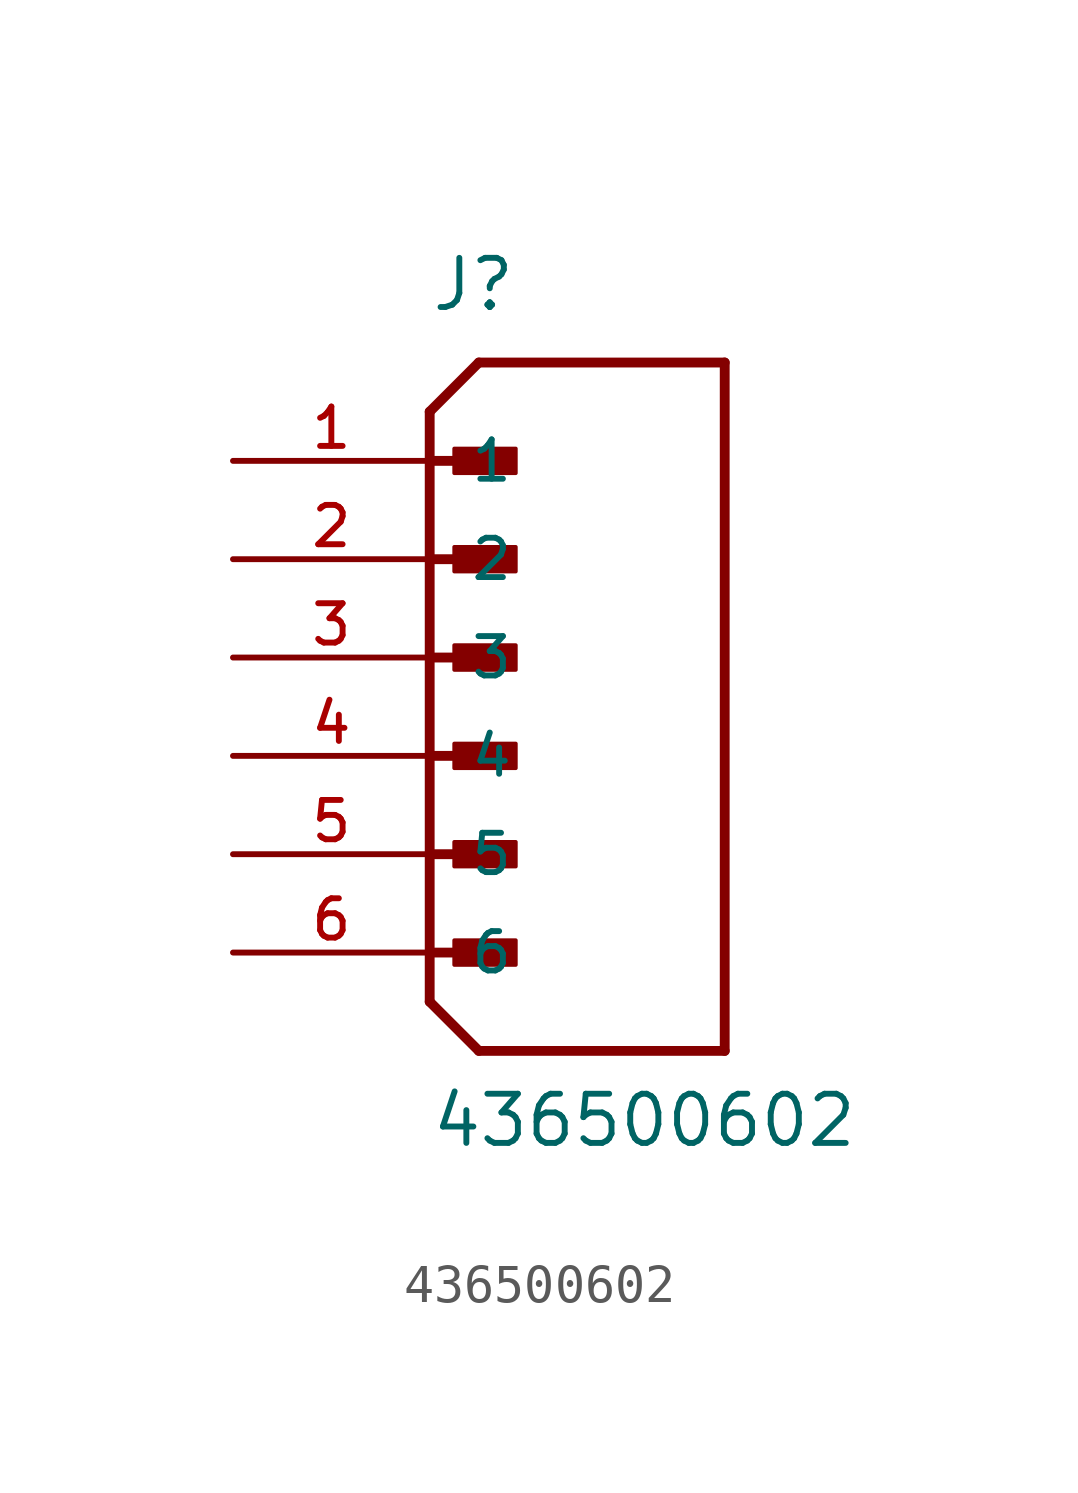
<source format=kicad_sym>
(kicad_symbol_lib
  (version 20211014)
  (generator kicad_symbol_editor)
  (symbol "436500602"
    (pin_names
      (offset 1.016))
    (property "Reference" "J"
      (at 0.0 8.89 0)
      (effects (font (size 1.27 1.27)) (justify bottom left)))
    (property "Value" "436500602"
      (at 0.0 -12.7 0)
      (effects (font (size 1.27 1.27)) (justify bottom left)))
    (symbol "436500602_0_0"
      (polyline (pts (xy 0.0 6.35) (xy 1.27 7.62)) (stroke (width 0.254)))
      (polyline (pts (xy 0.0 6.35) (xy 0.0 5.08)) (stroke (width 0.254)))
      (polyline (pts (xy 0.0 5.08) (xy 0.0 -8.89)) (stroke (width 0.254)))
      (polyline (pts (xy 0.0 -8.89) (xy 1.27 -10.16)) (stroke (width 0.254)))
      (polyline (pts (xy 1.27 -10.16) (xy 7.62 -10.16)) (stroke (width 0.254)))
      (polyline (pts (xy 7.62 -10.16) (xy 7.62 7.62)) (stroke (width 0.254)))
      (polyline (pts (xy 7.62 7.62) (xy 1.27 7.62)) (stroke (width 0.254)))
      (polyline (pts (xy 0.0 5.08) (xy 1.905 5.08)) (stroke (width 0.254)))
      (rectangle (start 0.635 4.763) (end 2.223 5.397) (stroke (width 0.1)) (fill (type outline)))
      (polyline (pts (xy 0.0 2.54) (xy 1.905 2.54)) (stroke (width 0.254)))
      (rectangle (start 0.635 2.223) (end 2.223 2.857) (stroke (width 0.1)) (fill (type outline)))
      (polyline (pts (xy 0.0 0.0) (xy 1.905 0.0)) (stroke (width 0.254)))
      (rectangle (start 0.635 -0.318) (end 2.223 0.318) (stroke (width 0.1)) (fill (type outline)))
      (polyline (pts (xy 0.0 -2.54) (xy 1.905 -2.54)) (stroke (width 0.254)))
      (rectangle (start 0.635 -2.857) (end 2.223 -2.223) (stroke (width 0.1)) (fill (type outline)))
      (polyline (pts (xy 0.0 -5.08) (xy 1.905 -5.08)) (stroke (width 0.254)))
      (rectangle (start 0.635 -5.397) (end 2.223 -4.763) (stroke (width 0.1)) (fill (type outline)))
      (polyline (pts (xy 0.0 -7.62) (xy 1.905 -7.62)) (stroke (width 0.254)))
      (rectangle (start 0.635 -7.938) (end 2.223 -7.303) (stroke (width 0.1)) (fill (type outline)))
      (pin passive line (at -5.08 5.08 0) (length 5.08) (name "1" (effects (font (size 1.016 1.016)))) (number "1" (effects (font (size 1.016 1.016)))))
      (pin passive line (at -5.08 2.54 0) (length 5.08) (name "2" (effects (font (size 1.016 1.016)))) (number "2" (effects (font (size 1.016 1.016)))))
      (pin passive line (at -5.08 0.0 0) (length 5.08) (name "3" (effects (font (size 1.016 1.016)))) (number "3" (effects (font (size 1.016 1.016)))))
      (pin passive line (at -5.08 -2.54 0) (length 5.08) (name "4" (effects (font (size 1.016 1.016)))) (number "4" (effects (font (size 1.016 1.016)))))
      (pin passive line (at -5.08 -5.08 0) (length 5.08) (name "5" (effects (font (size 1.016 1.016)))) (number "5" (effects (font (size 1.016 1.016)))))
      (pin passive line (at -5.08 -7.62 0) (length 5.08) (name "6" (effects (font (size 1.016 1.016)))) (number "6" (effects (font (size 1.016 1.016))))))))
</source>
